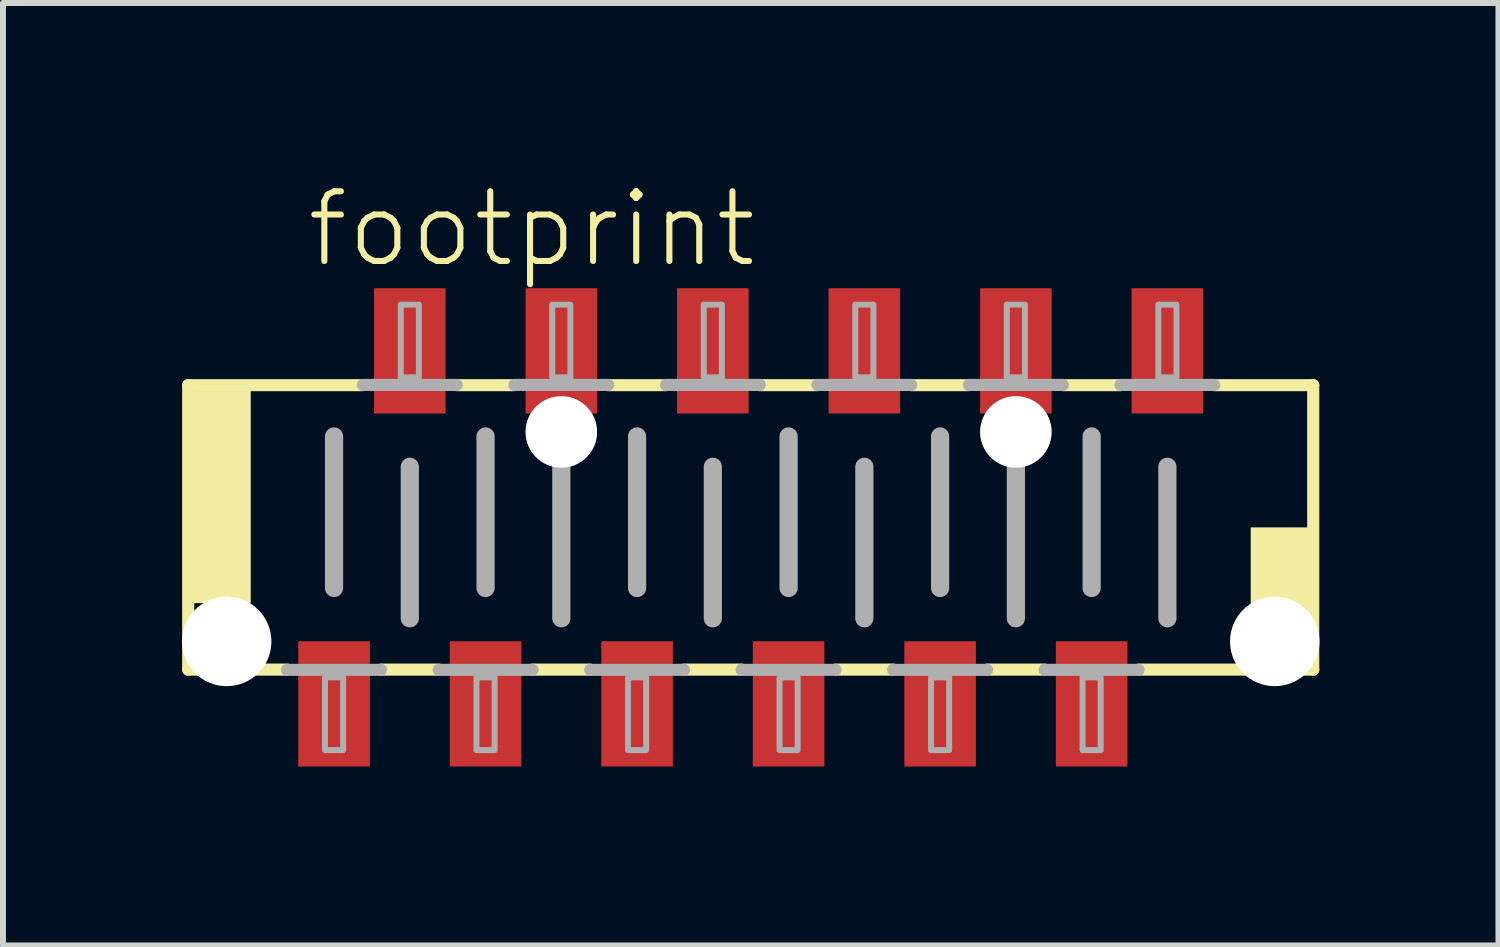
<source format=kicad_pcb>
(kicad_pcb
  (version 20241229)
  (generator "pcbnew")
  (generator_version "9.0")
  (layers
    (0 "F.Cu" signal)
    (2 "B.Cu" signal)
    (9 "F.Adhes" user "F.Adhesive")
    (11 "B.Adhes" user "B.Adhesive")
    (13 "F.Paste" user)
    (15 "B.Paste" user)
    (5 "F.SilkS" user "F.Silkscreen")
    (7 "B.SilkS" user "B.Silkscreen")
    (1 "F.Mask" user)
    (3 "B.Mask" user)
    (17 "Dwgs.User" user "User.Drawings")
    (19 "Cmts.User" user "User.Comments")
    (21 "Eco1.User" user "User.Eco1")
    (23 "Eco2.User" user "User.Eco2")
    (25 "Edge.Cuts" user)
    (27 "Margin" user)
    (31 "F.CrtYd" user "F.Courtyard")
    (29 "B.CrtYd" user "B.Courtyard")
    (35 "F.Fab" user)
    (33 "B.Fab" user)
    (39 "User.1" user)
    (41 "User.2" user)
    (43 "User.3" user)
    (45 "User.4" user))
  (footprint "footprint"
    (layer "F.Cu")
    (at 9.535 5.791)
    (property "Reference" "footprint" (at -7.493 -4.318 0) (layer "F.SilkS") (effects (font (size 1.168 1.168) (thickness 0.102)) (justify left bottom)))
    (fp_line (start -9.43 -2.384) (end -6.502 -2.384) (stroke (width 0.203) (type solid)) (layer "F.SilkS"))
    (fp_line (start -9.43 2.384) (end -9.43 -2.384) (stroke (width 0.203) (type solid)) (layer "F.SilkS"))
    (fp_line (start -7.772 2.384) (end -9.43 2.384) (stroke (width 0.203) (type solid)) (layer "F.SilkS"))
    (fp_line (start -5.232 2.384) (end -6.198 2.384) (stroke (width 0.203) (type solid)) (layer "F.SilkS"))
    (fp_line (start -4.928 -2.384) (end -3.962 -2.384) (stroke (width 0.203) (type solid)) (layer "F.SilkS"))
    (fp_line (start -2.692 2.384) (end -3.658 2.384) (stroke (width 0.203) (type solid)) (layer "F.SilkS"))
    (fp_line (start -2.388 -2.384) (end -1.422 -2.384) (stroke (width 0.203) (type solid)) (layer "F.SilkS"))
    (fp_line (start -0.152 2.384) (end -1.118 2.384) (stroke (width 0.203) (type solid)) (layer "F.SilkS"))
    (fp_line (start 0.152 -2.384) (end 1.118 -2.384) (stroke (width 0.203) (type solid)) (layer "F.SilkS"))
    (fp_line (start 2.388 2.384) (end 1.422 2.384) (stroke (width 0.203) (type solid)) (layer "F.SilkS"))
    (fp_line (start 2.692 -2.384) (end 3.658 -2.384) (stroke (width 0.203) (type solid)) (layer "F.SilkS"))
    (fp_line (start 4.928 2.384) (end 3.962 2.384) (stroke (width 0.203) (type solid)) (layer "F.SilkS"))
    (fp_line (start 5.232 -2.384) (end 6.198 -2.384) (stroke (width 0.203) (type solid)) (layer "F.SilkS"))
    (fp_line (start 7.772 -2.384) (end 9.43 -2.384) (stroke (width 0.203) (type solid)) (layer "F.SilkS"))
    (fp_line (start 9.43 -2.384) (end 9.43 2.384) (stroke (width 0.203) (type solid)) (layer "F.SilkS"))
    (fp_line (start 9.43 2.384) (end 6.502 2.384) (stroke (width 0.203) (type solid)) (layer "F.SilkS"))
    (fp_poly (pts (xy -9.398 1.27) (xy -8.382 1.27) (xy -8.382 -2.286) (xy -9.398 -2.286)) (stroke (width 0) (type solid)) (fill yes) (layer "F.SilkS"))
    (fp_poly (pts (xy 8.382 2.286) (xy 9.398 2.286) (xy 9.398 0) (xy 8.382 0)) (stroke (width 0) (type solid)) (fill yes) (layer "F.SilkS"))
    (fp_line (start -6.985 -1.524) (end -6.985 1.016) (stroke (width 0.305) (type solid)) (layer "F.Fab"))
    (fp_line (start -6.502 -2.388) (end -4.928 -2.388) (stroke (width 0.203) (type solid)) (layer "F.Fab"))
    (fp_line (start -6.198 2.388) (end -7.772 2.388) (stroke (width 0.203) (type solid)) (layer "F.Fab"))
    (fp_line (start -5.715 -1.016) (end -5.715 1.524) (stroke (width 0.305) (type solid)) (layer "F.Fab"))
    (fp_line (start -4.445 -1.524) (end -4.445 1.016) (stroke (width 0.305) (type solid)) (layer "F.Fab"))
    (fp_line (start -3.962 -2.388) (end -2.388 -2.388) (stroke (width 0.203) (type solid)) (layer "F.Fab"))
    (fp_line (start -3.658 2.388) (end -5.232 2.388) (stroke (width 0.203) (type solid)) (layer "F.Fab"))
    (fp_line (start -3.175 -1.016) (end -3.175 1.524) (stroke (width 0.305) (type solid)) (layer "F.Fab"))
    (fp_line (start -1.905 -1.524) (end -1.905 1.016) (stroke (width 0.305) (type solid)) (layer "F.Fab"))
    (fp_line (start -1.422 -2.388) (end 0.152 -2.388) (stroke (width 0.203) (type solid)) (layer "F.Fab"))
    (fp_line (start -1.118 2.388) (end -2.692 2.388) (stroke (width 0.203) (type solid)) (layer "F.Fab"))
    (fp_line (start -0.635 -1.016) (end -0.635 1.524) (stroke (width 0.305) (type solid)) (layer "F.Fab"))
    (fp_line (start 0.635 -1.524) (end 0.635 1.016) (stroke (width 0.305) (type solid)) (layer "F.Fab"))
    (fp_line (start 1.118 -2.388) (end 2.692 -2.388) (stroke (width 0.203) (type solid)) (layer "F.Fab"))
    (fp_line (start 1.422 2.388) (end -0.152 2.388) (stroke (width 0.203) (type solid)) (layer "F.Fab"))
    (fp_line (start 1.905 -1.016) (end 1.905 1.524) (stroke (width 0.305) (type solid)) (layer "F.Fab"))
    (fp_line (start 3.175 -1.524) (end 3.175 1.016) (stroke (width 0.305) (type solid)) (layer "F.Fab"))
    (fp_line (start 3.658 -2.388) (end 5.232 -2.388) (stroke (width 0.203) (type solid)) (layer "F.Fab"))
    (fp_line (start 3.962 2.388) (end 2.388 2.388) (stroke (width 0.203) (type solid)) (layer "F.Fab"))
    (fp_line (start 4.445 -1.016) (end 4.445 1.524) (stroke (width 0.305) (type solid)) (layer "F.Fab"))
    (fp_line (start 5.715 -1.524) (end 5.715 1.016) (stroke (width 0.305) (type solid)) (layer "F.Fab"))
    (fp_line (start 6.198 -2.388) (end 7.772 -2.388) (stroke (width 0.203) (type solid)) (layer "F.Fab"))
    (fp_line (start 6.502 2.388) (end 4.928 2.388) (stroke (width 0.203) (type solid)) (layer "F.Fab"))
    (fp_line (start 6.985 -1.016) (end 6.985 1.524) (stroke (width 0.305) (type solid)) (layer "F.Fab"))
    (fp_poly (pts (xy -7.137 3.734) (xy -6.833 3.734) (xy -6.833 2.515) (xy -7.137 2.515)) (stroke (width 0.1) (type solid)) (fill no) (layer "F.Fab"))
    (fp_poly (pts (xy -5.867 -2.515) (xy -5.563 -2.515) (xy -5.563 -3.734) (xy -5.867 -3.734)) (stroke (width 0.1) (type solid)) (fill no) (layer "F.Fab"))
    (fp_poly (pts (xy -4.597 3.734) (xy -4.293 3.734) (xy -4.293 2.515) (xy -4.597 2.515)) (stroke (width 0.1) (type solid)) (fill no) (layer "F.Fab"))
    (fp_poly (pts (xy -3.327 -2.515) (xy -3.023 -2.515) (xy -3.023 -3.734) (xy -3.327 -3.734)) (stroke (width 0.1) (type solid)) (fill no) (layer "F.Fab"))
    (fp_poly (pts (xy -2.057 3.734) (xy -1.753 3.734) (xy -1.753 2.515) (xy -2.057 2.515)) (stroke (width 0.1) (type solid)) (fill no) (layer "F.Fab"))
    (fp_poly (pts (xy -0.787 -2.515) (xy -0.483 -2.515) (xy -0.483 -3.734) (xy -0.787 -3.734)) (stroke (width 0.1) (type solid)) (fill no) (layer "F.Fab"))
    (fp_poly (pts (xy 0.483 3.734) (xy 0.787 3.734) (xy 0.787 2.515) (xy 0.483 2.515)) (stroke (width 0.1) (type solid)) (fill no) (layer "F.Fab"))
    (fp_poly (pts (xy 1.753 -2.515) (xy 2.057 -2.515) (xy 2.057 -3.734) (xy 1.753 -3.734)) (stroke (width 0.1) (type solid)) (fill no) (layer "F.Fab"))
    (fp_poly (pts (xy 3.023 3.734) (xy 3.327 3.734) (xy 3.327 2.515) (xy 3.023 2.515)) (stroke (width 0.1) (type solid)) (fill no) (layer "F.Fab"))
    (fp_poly (pts (xy 4.293 -2.515) (xy 4.597 -2.515) (xy 4.597 -3.734) (xy 4.293 -3.734)) (stroke (width 0.1) (type solid)) (fill no) (layer "F.Fab"))
    (fp_poly (pts (xy 5.563 3.734) (xy 5.867 3.734) (xy 5.867 2.515) (xy 5.563 2.515)) (stroke (width 0.1) (type solid)) (fill no) (layer "F.Fab"))
    (fp_poly (pts (xy 6.833 -2.515) (xy 7.137 -2.515) (xy 7.137 -3.734) (xy 6.833 -3.734)) (stroke (width 0.1) (type solid)) (fill no) (layer "F.Fab"))
    (pad "" np_thru_hole circle (at -8.785 1.912) (size 1.5 1.5) (drill 1.5) (layers "*.Cu" "*.Mask"))
    (pad "" np_thru_hole circle (at -3.175 -1.6) (size 1.2 1.2) (drill 1.2) (layers "*.Cu" "*.Mask"))
    (pad "" np_thru_hole circle (at 4.445 -1.6) (size 1.2 1.2) (drill 1.2) (layers "*.Cu" "*.Mask"))
    (pad "" np_thru_hole circle (at 8.785 1.912) (size 1.5 1.5) (drill 1.5) (layers "*.Cu" "*.Mask"))
    (pad "1" smd rect (at -6.985 2.959) (size 1.2 2.1) (layers "F.Cu" "F.Mask" "F.Paste"))
    (pad "2" smd rect (at -5.715 -2.959) (size 1.2 2.1) (layers "F.Cu" "F.Mask" "F.Paste"))
    (pad "3" smd rect (at -4.445 2.959) (size 1.2 2.1) (layers "F.Cu" "F.Mask" "F.Paste"))
    (pad "4" smd rect (at -3.175 -2.959) (size 1.2 2.1) (layers "F.Cu" "F.Mask" "F.Paste"))
    (pad "5" smd rect (at -1.905 2.959) (size 1.2 2.1) (layers "F.Cu" "F.Mask" "F.Paste"))
    (pad "6" smd rect (at -0.635 -2.959) (size 1.2 2.1) (layers "F.Cu" "F.Mask" "F.Paste"))
    (pad "7" smd rect (at 0.635 2.959) (size 1.2 2.1) (layers "F.Cu" "F.Mask" "F.Paste"))
    (pad "8" smd rect (at 1.905 -2.959) (size 1.2 2.1) (layers "F.Cu" "F.Mask" "F.Paste"))
    (pad "9" smd rect (at 3.175 2.959) (size 1.2 2.1) (layers "F.Cu" "F.Mask" "F.Paste"))
    (pad "10" smd rect (at 4.445 -2.959) (size 1.2 2.1) (layers "F.Cu" "F.Mask" "F.Paste"))
    (pad "11" smd rect (at 5.715 2.959) (size 1.2 2.1) (layers "F.Cu" "F.Mask" "F.Paste"))
    (pad "12" smd rect (at 6.985 -2.959) (size 1.2 2.1) (layers "F.Cu" "F.Mask" "F.Paste")))
  (gr_rect
    (start -3 -3)
    (end 22.07 12.8)
    (stroke (width 0.1) (type default))
    (fill no)
    (layer "Edge.Cuts")))
</source>
